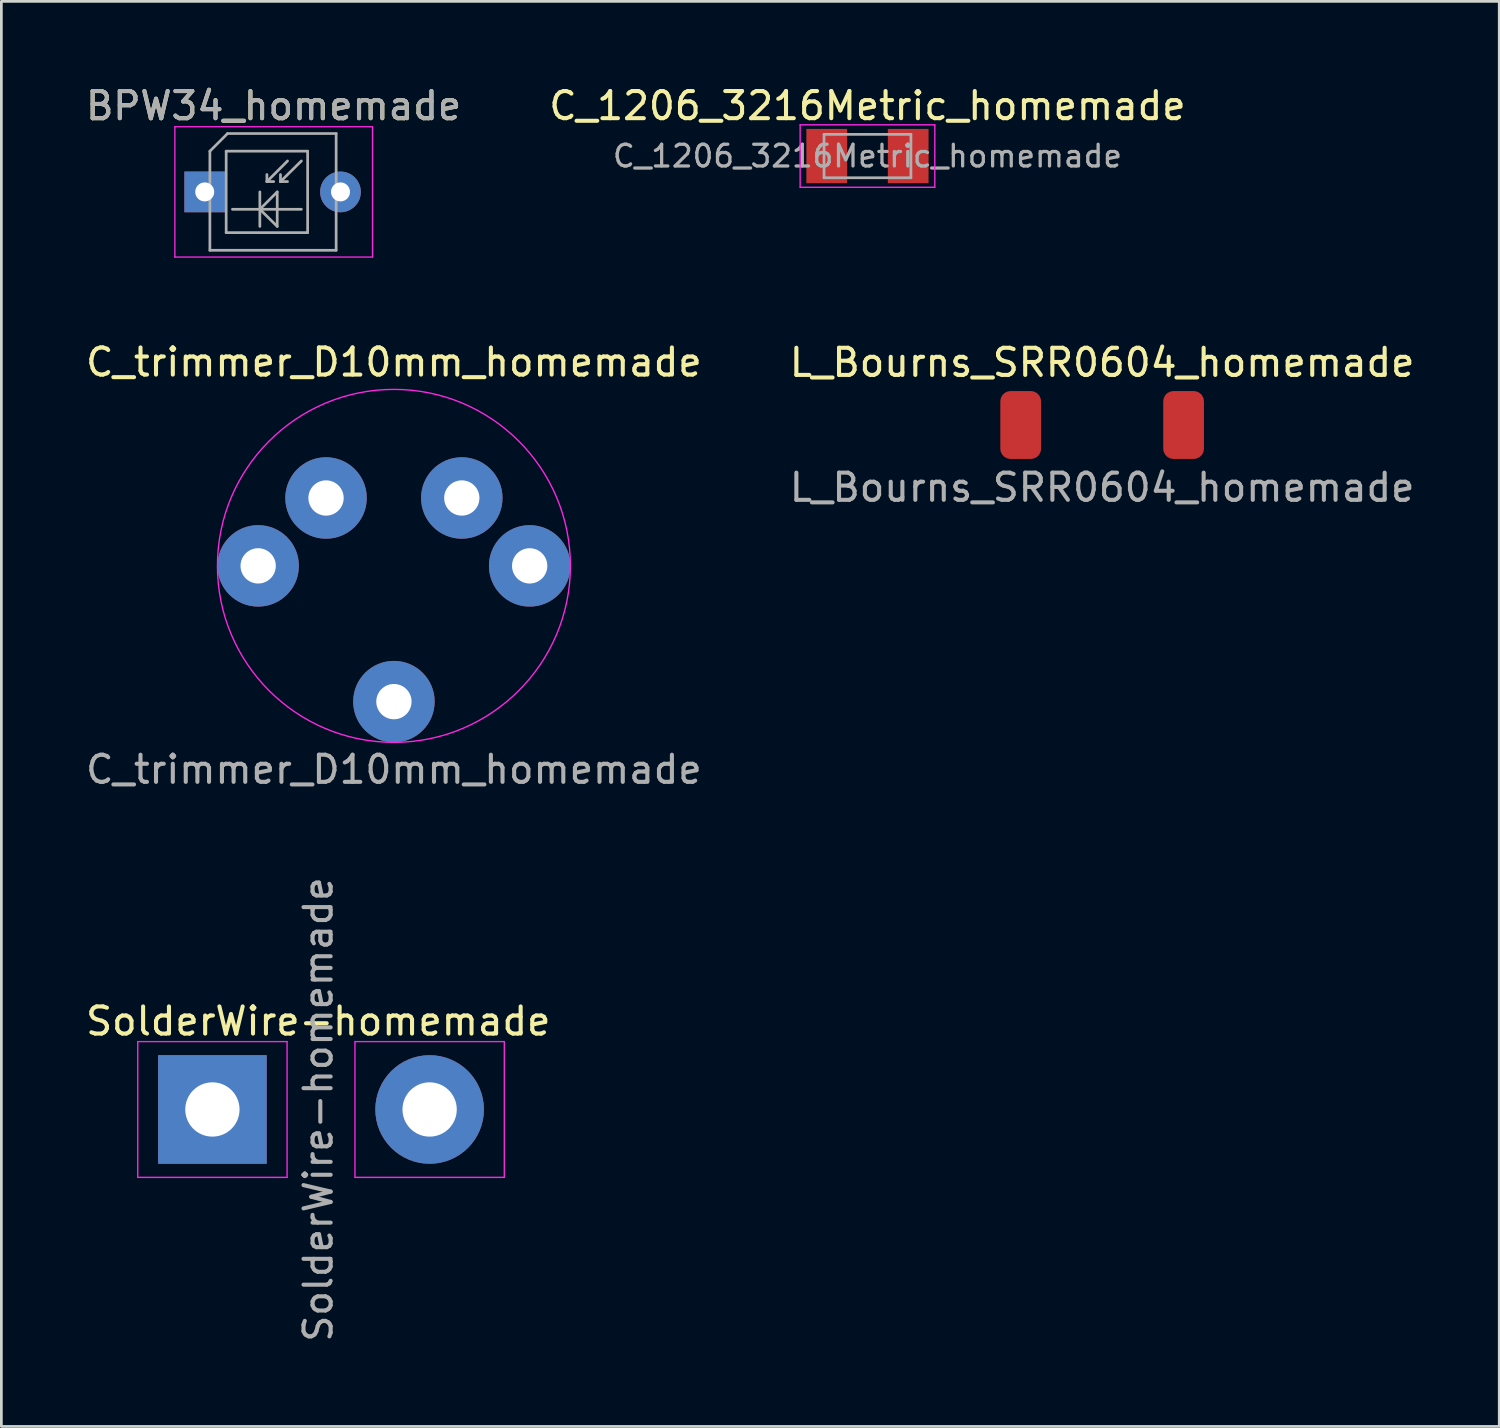
<source format=kicad_pcb>
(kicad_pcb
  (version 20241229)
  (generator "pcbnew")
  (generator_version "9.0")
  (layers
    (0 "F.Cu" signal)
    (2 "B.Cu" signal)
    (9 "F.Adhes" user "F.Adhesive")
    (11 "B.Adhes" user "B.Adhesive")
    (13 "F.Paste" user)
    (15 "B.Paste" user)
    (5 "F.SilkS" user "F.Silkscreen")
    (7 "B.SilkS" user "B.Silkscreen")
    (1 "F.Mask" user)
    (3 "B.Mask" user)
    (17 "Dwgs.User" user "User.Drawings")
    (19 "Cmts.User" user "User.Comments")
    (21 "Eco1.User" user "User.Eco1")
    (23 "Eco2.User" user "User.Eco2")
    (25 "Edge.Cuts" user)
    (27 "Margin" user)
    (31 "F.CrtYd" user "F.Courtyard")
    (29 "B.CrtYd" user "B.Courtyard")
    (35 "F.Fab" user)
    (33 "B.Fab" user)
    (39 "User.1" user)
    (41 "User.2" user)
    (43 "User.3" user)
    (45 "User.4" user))
  (footprint "C_trimmer_D10mm_homemade"
    (layer "F.Cu")
    (at 11.458 17.791)
    (property "Reference" "C_trimmer_D10mm_homemade" (at 0 -7.5 0) (unlocked yes) (layer "F.SilkS") (effects (font (size 1 1) (thickness 0.15))))
    (attr smd)
    (fp_circle (center 0 0) (end 6.5 0) (stroke (width 0.05) (type solid)) (fill no) (layer "F.CrtYd"))
    (fp_text user "${REFERENCE}" (at 0 7.5 0) (unlocked yes) (layer "F.Fab") (effects (font (size 1 1) (thickness 0.15))))
    (pad "1" thru_hole circle (at 0 5) (size 3 3) (drill 1.3) (layers "*.Cu" "F.Mask"))
    (pad "2" thru_hole circle (at -5 0) (size 3 3) (drill 1.3) (layers "*.Cu" "F.Mask"))
    (pad "2" thru_hole circle (at -2.5 -2.5) (size 3 3) (drill 1.3) (layers "*.Cu" "F.Mask"))
    (pad "2" thru_hole circle (at 2.5 -2.5) (size 3 3) (drill 1.3) (layers "*.Cu" "F.Mask"))
    (pad "2" thru_hole circle (at 5 0) (size 3 3) (drill 1.3) (layers "*.Cu" "F.Mask")))
  (footprint "SolderWire-homemade"
    (layer "F.Cu")
    (at 4.773 37.812)
    (property "Reference" "SolderWire-homemade" (at 3.9 -3.25 0) (layer "F.SilkS") (effects (font (size 1 1) (thickness 0.15))))
    (attr exclude_from_pos_files exclude_from_bom)
    (fp_line (start -2.75 -2.5) (end -2.75 2.5) (stroke (width 0.05) (type solid)) (layer "F.CrtYd"))
    (fp_line (start -2.75 2.5) (end 2.75 2.5) (stroke (width 0.05) (type solid)) (layer "F.CrtYd"))
    (fp_line (start 2.75 -2.5) (end -2.75 -2.5) (stroke (width 0.05) (type solid)) (layer "F.CrtYd"))
    (fp_line (start 2.75 2.5) (end 2.75 -2.5) (stroke (width 0.05) (type solid)) (layer "F.CrtYd"))
    (fp_line (start 5.25 -2.5) (end 5.25 2.5) (stroke (width 0.05) (type solid)) (layer "F.CrtYd"))
    (fp_line (start 5.25 2.5) (end 10.75 2.5) (stroke (width 0.05) (type solid)) (layer "F.CrtYd"))
    (fp_line (start 10.75 -2.5) (end 5.25 -2.5) (stroke (width 0.05) (type solid)) (layer "F.CrtYd"))
    (fp_line (start 10.75 2.5) (end 10.75 -2.5) (stroke (width 0.05) (type solid)) (layer "F.CrtYd"))
    (fp_text user "${REFERENCE}" (at 3.9 0 90) (layer "F.Fab") (effects (font (size 1 1) (thickness 0.15))))
    (pad "1" thru_hole rect (at 0 0) (size 4 4) (drill 2) (layers "*.Cu" "F.Mask"))
    (pad "2" thru_hole circle (at 8 0) (size 4 4) (drill 2) (layers "*.Cu" "F.Mask")))
  (footprint "BPW34_homemade"
    (layer "F.Cu")
    (at 4.49 4.018)
    (property "Reference" "BPW34_homemade" (at 2.54 -3.17 0) (layer "F.SilkS") (effects (font (size 1 1) (thickness 0.15))))
    (attr through_hole)
    (fp_line (start -1.1 -2.4) (end -1.1 2.4) (stroke (width 0.05) (type solid)) (layer "F.CrtYd"))
    (fp_line (start -1.1 -2.4) (end 6.18 -2.4) (stroke (width 0.05) (type solid)) (layer "F.CrtYd"))
    (fp_line (start 6.18 2.4) (end -1.1 2.4) (stroke (width 0.05) (type solid)) (layer "F.CrtYd"))
    (fp_line (start 6.18 2.4) (end 6.18 -2.4) (stroke (width 0.05) (type solid)) (layer "F.CrtYd"))
    (fp_line (start 0.19 -1.5) (end 0.84 -2.15) (stroke (width 0.1) (type solid)) (layer "F.Fab"))
    (fp_line (start 0.19 2.15) (end 0.19 -1.5) (stroke (width 0.1) (type solid)) (layer "F.Fab"))
    (fp_line (start 0.79 -1.5) (end 0.79 1.5) (stroke (width 0.1) (type solid)) (layer "F.Fab"))
    (fp_line (start 0.79 1.5) (end 3.79 1.5) (stroke (width 0.1) (type solid)) (layer "F.Fab"))
    (fp_line (start 0.84 -2.15) (end 4.84 -2.15) (stroke (width 0.1) (type solid)) (layer "F.Fab"))
    (fp_line (start 1.02 0.64) (end 3.56 0.64) (stroke (width 0.1) (type solid)) (layer "F.Fab"))
    (fp_line (start 2.03 0) (end 2.03 1.27) (stroke (width 0.1) (type solid)) (layer "F.Fab"))
    (fp_line (start 2.03 0.64) (end 2.67 0) (stroke (width 0.1) (type solid)) (layer "F.Fab"))
    (fp_line (start 2.29 -0.38) (end 2.29 -0.64) (stroke (width 0.1) (type solid)) (layer "F.Fab"))
    (fp_line (start 2.29 -0.38) (end 2.54 -0.38) (stroke (width 0.1) (type solid)) (layer "F.Fab"))
    (fp_line (start 2.67 0) (end 2.67 1.27) (stroke (width 0.1) (type solid)) (layer "F.Fab"))
    (fp_line (start 2.67 1.27) (end 2.03 0.64) (stroke (width 0.1) (type solid)) (layer "F.Fab"))
    (fp_line (start 2.79 -0.38) (end 2.79 -0.64) (stroke (width 0.1) (type solid)) (layer "F.Fab"))
    (fp_line (start 2.79 -0.38) (end 3.05 -0.38) (stroke (width 0.1) (type solid)) (layer "F.Fab"))
    (fp_line (start 3.05 -1.14) (end 2.29 -0.38) (stroke (width 0.1) (type solid)) (layer "F.Fab"))
    (fp_line (start 3.56 -1.14) (end 2.79 -0.38) (stroke (width 0.1) (type solid)) (layer "F.Fab"))
    (fp_line (start 3.79 -1.5) (end 0.79 -1.5) (stroke (width 0.1) (type solid)) (layer "F.Fab"))
    (fp_line (start 3.79 1.5) (end 3.79 -1.5) (stroke (width 0.1) (type solid)) (layer "F.Fab"))
    (fp_line (start 4.84 -2.15) (end 4.84 2.15) (stroke (width 0.1) (type solid)) (layer "F.Fab"))
    (fp_line (start 4.84 2.15) (end 0.19 2.15) (stroke (width 0.1) (type solid)) (layer "F.Fab"))
    (fp_text user "${REFERENCE}" (at 2.54 -3.17 0) (layer "F.Fab") (effects (font (size 1 1) (thickness 0.15))))
    (pad "1" thru_hole rect (at 0 0) (size 1.5 1.5) (drill 0.7) (layers "*.Cu" "F.Mask"))
    (pad "2" thru_hole oval (at 5 0) (size 1.5 1.5) (drill 0.7) (layers "*.Cu" "F.Mask")))
  (footprint "C_1206_3216Metric_homemade"
    (layer "F.Cu")
    (at 28.899 2.698)
    (property "Reference" "C_1206_3216Metric_homemade" (at 0 -1.85 0) (layer "F.SilkS") (effects (font (size 1 1) (thickness 0.15))))
    (attr smd)
    (fp_line (start -2.48 -1.15) (end 2.48 -1.15) (stroke (width 0.05) (type solid)) (layer "F.CrtYd"))
    (fp_line (start -2.48 1.15) (end -2.48 -1.15) (stroke (width 0.05) (type solid)) (layer "F.CrtYd"))
    (fp_line (start 2.48 -1.15) (end 2.48 1.15) (stroke (width 0.05) (type solid)) (layer "F.CrtYd"))
    (fp_line (start 2.48 1.15) (end -2.48 1.15) (stroke (width 0.05) (type solid)) (layer "F.CrtYd"))
    (fp_line (start -1.6 -0.8) (end 1.6 -0.8) (stroke (width 0.1) (type solid)) (layer "F.Fab"))
    (fp_line (start -1.6 0.8) (end -1.6 -0.8) (stroke (width 0.1) (type solid)) (layer "F.Fab"))
    (fp_line (start 1.6 -0.8) (end 1.6 0.8) (stroke (width 0.1) (type solid)) (layer "F.Fab"))
    (fp_line (start 1.6 0.8) (end -1.6 0.8) (stroke (width 0.1) (type solid)) (layer "F.Fab"))
    (fp_text user "${REFERENCE}" (at 0 0 0) (layer "F.Fab") (effects (font (size 0.8 0.8) (thickness 0.12))))
    (pad "1" smd rect (at -1.5 0) (size 1.5 2) (layers "F.Cu" "F.Mask"))
    (pad "2" smd rect (at 1.5 0) (size 1.5 2) (layers "F.Cu" "F.Mask")))
  (footprint "L_Bourns_SRR0604_homemade"
    (layer "F.Cu")
    (at 37.542 12.603)
    (property "Reference" "L_Bourns_SRR0604_homemade" (at 0 -2.3 0) (unlocked yes) (layer "F.SilkS") (effects (font (size 1 1) (thickness 0.15))))
    (attr smd)
    (fp_rect (start -3.1 -3.1) (end 3.1 3.1) (stroke (width 0.12) (type solid)) (fill no) (layer "Margin"))
    (fp_text user "${REFERENCE}" (at 0 2.3 0) (unlocked yes) (layer "F.Fab") (effects (font (size 1 1) (thickness 0.15))))
    (pad "1" smd roundrect (at -3 0) (size 1.5 2.5) (layers "F.Cu" "F.Mask" "F.Paste") (roundrect_rratio 0.25))
    (pad "2" smd roundrect (at 3 0) (size 1.5 2.5) (layers "F.Cu" "F.Mask" "F.Paste") (roundrect_rratio 0.25)))
  (gr_rect
    (start -3 -3)
    (end 52.167 49.485)
    (stroke (width 0.1) (type default))
    (fill no)
    (layer "Edge.Cuts")))
</source>
